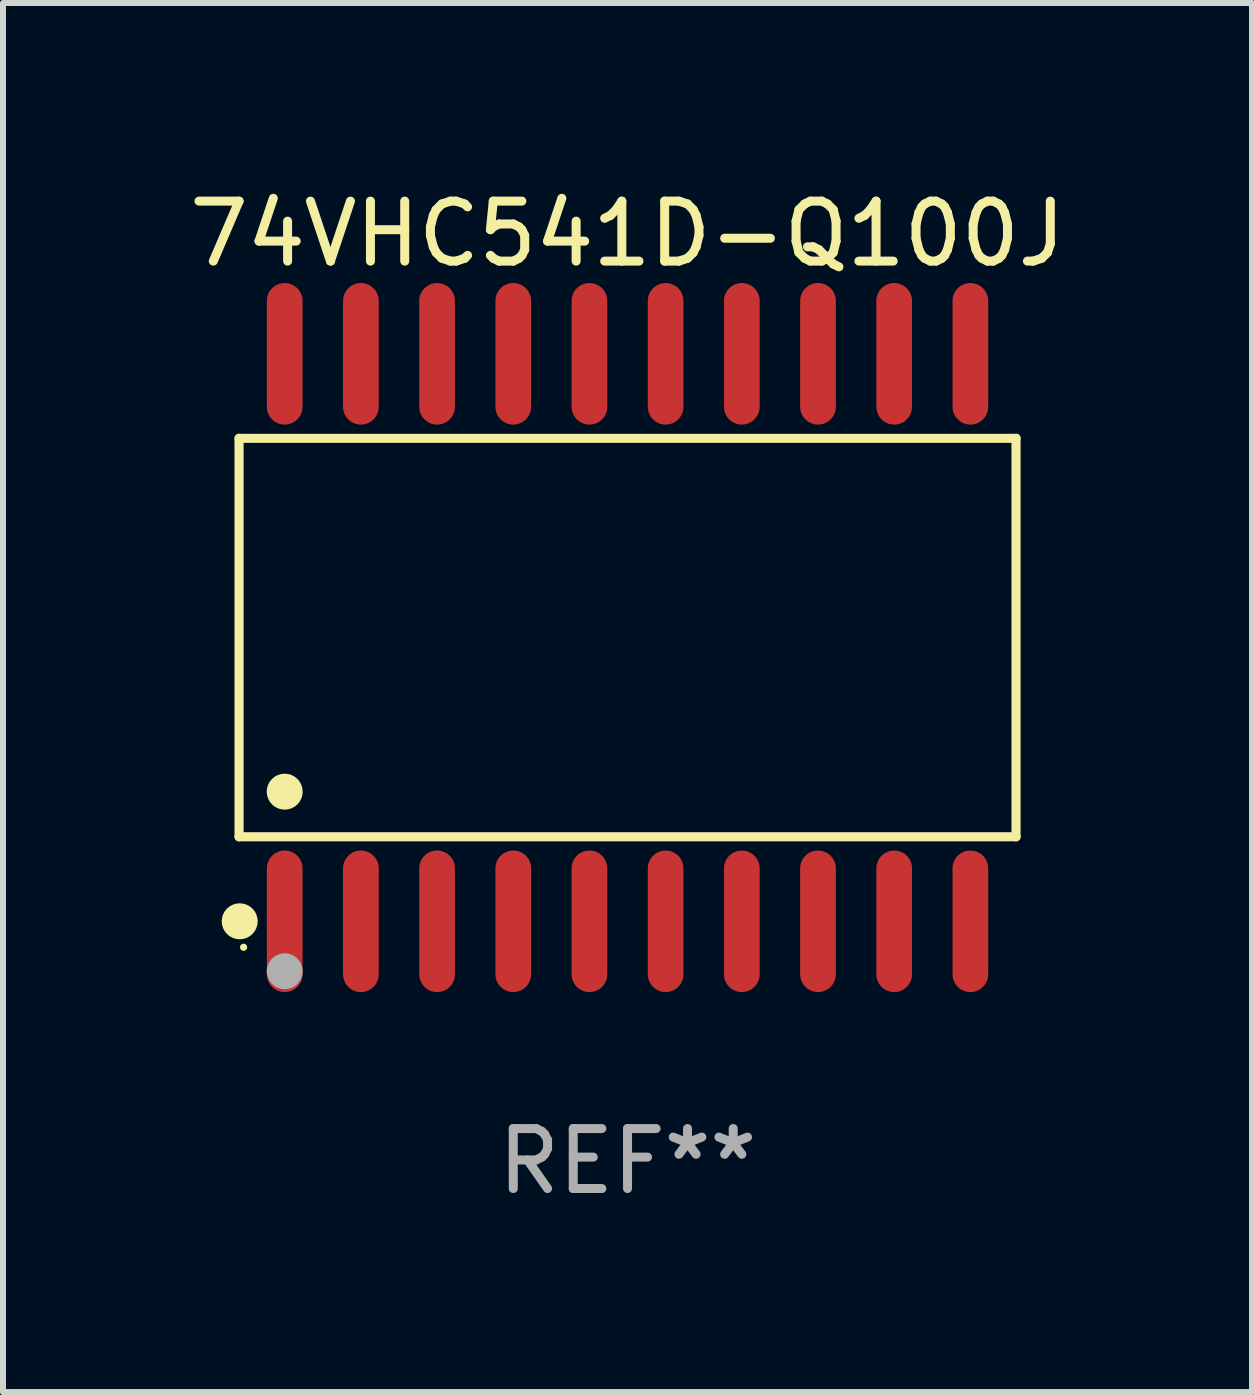
<source format=kicad_pcb>
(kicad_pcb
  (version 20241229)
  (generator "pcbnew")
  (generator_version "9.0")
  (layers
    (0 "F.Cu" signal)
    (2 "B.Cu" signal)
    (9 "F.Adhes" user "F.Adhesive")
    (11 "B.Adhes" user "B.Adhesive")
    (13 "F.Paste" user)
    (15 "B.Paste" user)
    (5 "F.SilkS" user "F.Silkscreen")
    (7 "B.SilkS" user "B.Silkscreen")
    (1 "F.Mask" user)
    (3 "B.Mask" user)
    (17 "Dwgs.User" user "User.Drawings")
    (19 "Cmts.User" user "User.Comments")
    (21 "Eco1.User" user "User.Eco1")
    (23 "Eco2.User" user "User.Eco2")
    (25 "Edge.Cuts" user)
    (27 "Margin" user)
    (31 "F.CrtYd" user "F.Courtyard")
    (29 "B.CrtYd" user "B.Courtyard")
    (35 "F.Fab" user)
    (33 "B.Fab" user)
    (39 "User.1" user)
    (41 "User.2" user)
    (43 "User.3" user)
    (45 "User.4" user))
  (footprint "74VHC541D-Q100J"
    (layer "F.Cu")
    (at 7.411 7.578)
    (property "Reference" "74VHC541D-Q100J" (at 0 -6.73 0) (layer "F.SilkS") (effects (font (size 1 1) (thickness 0.15))))
    (attr through_hole)
    (fp_line (start -6.476 -3.321) (end 6.476 -3.321) (stroke (width 0.152) (type solid)) (layer "F.SilkS"))
    (fp_line (start -6.476 3.321) (end -6.476 -3.321) (stroke (width 0.152) (type solid)) (layer "F.SilkS"))
    (fp_line (start 6.476 -3.321) (end 6.476 3.321) (stroke (width 0.152) (type solid)) (layer "F.SilkS"))
    (fp_line (start 6.476 3.321) (end -6.476 3.321) (stroke (width 0.152) (type solid)) (layer "F.SilkS"))
    (fp_circle (center -6.465 4.73) (end -6.315 4.73) (stroke (width 0.3) (type solid)) (fill no) (layer "F.SilkS"))
    (fp_circle (center -6.4 5.163) (end -6.37 5.163) (stroke (width 0.06) (type solid)) (fill no) (layer "F.SilkS"))
    (fp_circle (center -5.715 2.569) (end -5.565 2.569) (stroke (width 0.3) (type solid)) (fill no) (layer "F.SilkS"))
    (fp_circle (center -5.715 5.563) (end -5.565 5.563) (stroke (width 0.3) (type solid)) (fill no) (layer "F.Fab"))
    (fp_text user "REF**" (at 0 8.73 0) (layer "F.Fab") (effects (font (size 1 1) (thickness 0.15))))
    (pad "1" smd oval (at -5.715 4.73) (size 0.595 2.36) (layers "F.Cu" "F.Mask" "F.Paste"))
    (pad "2" smd oval (at -4.445 4.73) (size 0.595 2.36) (layers "F.Cu" "F.Mask" "F.Paste"))
    (pad "3" smd oval (at -3.175 4.73) (size 0.595 2.36) (layers "F.Cu" "F.Mask" "F.Paste"))
    (pad "4" smd oval (at -1.905 4.73) (size 0.595 2.36) (layers "F.Cu" "F.Mask" "F.Paste"))
    (pad "5" smd oval (at -0.635 4.73) (size 0.595 2.36) (layers "F.Cu" "F.Mask" "F.Paste"))
    (pad "6" smd oval (at 0.635 4.73) (size 0.595 2.36) (layers "F.Cu" "F.Mask" "F.Paste"))
    (pad "7" smd oval (at 1.905 4.73) (size 0.595 2.36) (layers "F.Cu" "F.Mask" "F.Paste"))
    (pad "8" smd oval (at 3.175 4.73) (size 0.595 2.36) (layers "F.Cu" "F.Mask" "F.Paste"))
    (pad "9" smd oval (at 4.445 4.73) (size 0.595 2.36) (layers "F.Cu" "F.Mask" "F.Paste"))
    (pad "10" smd oval (at 5.715 4.73) (size 0.595 2.36) (layers "F.Cu" "F.Mask" "F.Paste"))
    (pad "11" smd oval (at 5.715 -4.73) (size 0.595 2.36) (layers "F.Cu" "F.Mask" "F.Paste"))
    (pad "12" smd oval (at 4.445 -4.73) (size 0.595 2.36) (layers "F.Cu" "F.Mask" "F.Paste"))
    (pad "13" smd oval (at 3.175 -4.73) (size 0.595 2.36) (layers "F.Cu" "F.Mask" "F.Paste"))
    (pad "14" smd oval (at 1.905 -4.73) (size 0.595 2.36) (layers "F.Cu" "F.Mask" "F.Paste"))
    (pad "15" smd oval (at 0.635 -4.73) (size 0.595 2.36) (layers "F.Cu" "F.Mask" "F.Paste"))
    (pad "16" smd oval (at -0.635 -4.73) (size 0.595 2.36) (layers "F.Cu" "F.Mask" "F.Paste"))
    (pad "17" smd oval (at -1.905 -4.73) (size 0.595 2.36) (layers "F.Cu" "F.Mask" "F.Paste"))
    (pad "18" smd oval (at -3.175 -4.73) (size 0.595 2.36) (layers "F.Cu" "F.Mask" "F.Paste"))
    (pad "19" smd oval (at -4.445 -4.73) (size 0.595 2.36) (layers "F.Cu" "F.Mask" "F.Paste"))
    (pad "20" smd oval (at -5.715 -4.73) (size 0.595 2.36) (layers "F.Cu" "F.Mask" "F.Paste")))
  (gr_rect
    (start -3 -3)
    (end 17.821 20.156)
    (stroke (width 0.1) (type default))
    (fill no)
    (layer "Edge.Cuts")))
</source>
